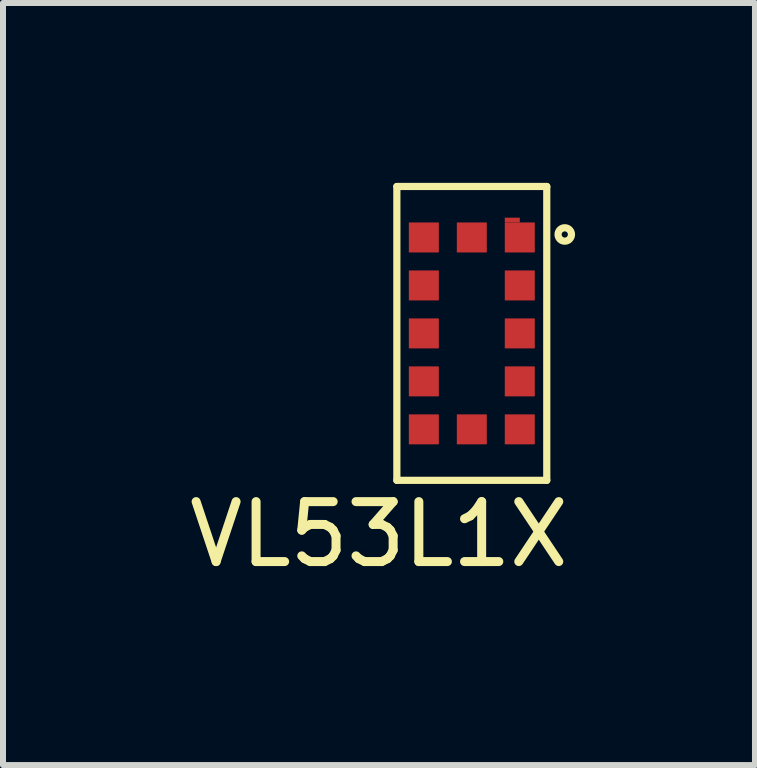
<source format=kicad_pcb>
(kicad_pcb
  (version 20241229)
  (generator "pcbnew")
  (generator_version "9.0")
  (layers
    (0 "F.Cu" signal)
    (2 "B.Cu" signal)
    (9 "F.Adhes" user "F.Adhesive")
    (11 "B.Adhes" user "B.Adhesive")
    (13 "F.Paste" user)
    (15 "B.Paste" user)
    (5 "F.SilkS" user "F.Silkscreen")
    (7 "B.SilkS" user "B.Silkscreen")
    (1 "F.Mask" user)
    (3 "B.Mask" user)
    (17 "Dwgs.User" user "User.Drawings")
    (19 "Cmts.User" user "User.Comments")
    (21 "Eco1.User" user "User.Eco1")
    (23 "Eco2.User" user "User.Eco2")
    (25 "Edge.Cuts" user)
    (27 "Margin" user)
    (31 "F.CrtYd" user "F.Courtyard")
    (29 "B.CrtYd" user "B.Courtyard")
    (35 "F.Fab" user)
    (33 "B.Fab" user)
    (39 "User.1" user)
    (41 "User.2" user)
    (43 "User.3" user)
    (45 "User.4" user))
  (footprint "VL53L1X"
    (layer "F.Cu")
    (at 4.818 2.51)
    (property "Reference" "VL53L1X" (at -1.55 3.35 0) (layer "F.SilkS") (effects (font (size 1 1) (thickness 0.15))))
    (attr through_hole)
    (fp_line (start -1.25 -2.45) (end 1.25 -2.45) (stroke (width 0.12) (type solid)) (layer "F.SilkS"))
    (fp_line (start -1.25 2.45) (end -1.25 -2.45) (stroke (width 0.12) (type solid)) (layer "F.SilkS"))
    (fp_line (start 1.25 -2.45) (end 1.25 2.45) (stroke (width 0.12) (type solid)) (layer "F.SilkS"))
    (fp_line (start 1.25 2.45) (end -1.25 2.45) (stroke (width 0.12) (type solid)) (layer "F.SilkS"))
    (fp_circle (center 1.55 -1.65) (end 1.65 -1.6) (stroke (width 0.12) (type solid)) (fill no) (layer "F.SilkS"))
    (pad "1" smd rect (at 0.675 -1.89) (size 0.25 0.08) (layers "F.Cu" "F.Mask" "F.Paste"))
    (pad "1" smd rect (at 0.8 -1.6) (size 0.5 0.5) (layers "F.Cu" "F.Mask" "F.Paste"))
    (pad "2" smd rect (at 0.8 -0.8) (size 0.5 0.5) (layers "F.Cu" "F.Mask" "F.Paste"))
    (pad "3" smd rect (at 0.8 0) (size 0.5 0.5) (layers "F.Cu" "F.Mask" "F.Paste"))
    (pad "4" smd rect (at 0.8 0.8) (size 0.5 0.5) (layers "F.Cu" "F.Mask" "F.Paste"))
    (pad "5" smd rect (at 0.8 1.6) (size 0.5 0.5) (layers "F.Cu" "F.Mask" "F.Paste"))
    (pad "6" smd rect (at 0 1.6) (size 0.5 0.5) (layers "F.Cu" "F.Mask" "F.Paste"))
    (pad "7" smd rect (at -0.8 1.6) (size 0.5 0.5) (layers "F.Cu" "F.Mask" "F.Paste"))
    (pad "8" smd rect (at -0.8 0.8) (size 0.5 0.5) (layers "F.Cu" "F.Mask" "F.Paste"))
    (pad "9" smd rect (at -0.8 0) (size 0.5 0.5) (layers "F.Cu" "F.Mask" "F.Paste"))
    (pad "10" smd rect (at -0.8 -0.8) (size 0.5 0.5) (layers "F.Cu" "F.Mask" "F.Paste"))
    (pad "11" smd rect (at -0.8 -1.6) (size 0.5 0.5) (layers "F.Cu" "F.Mask" "F.Paste"))
    (pad "12" smd rect (at 0 -1.6) (size 0.5 0.5) (layers "F.Cu" "F.Mask" "F.Paste")))
  (gr_rect
    (start -3 -3)
    (end 9.54 9.708)
    (stroke (width 0.1) (type default))
    (fill no)
    (layer "Edge.Cuts")))
</source>
